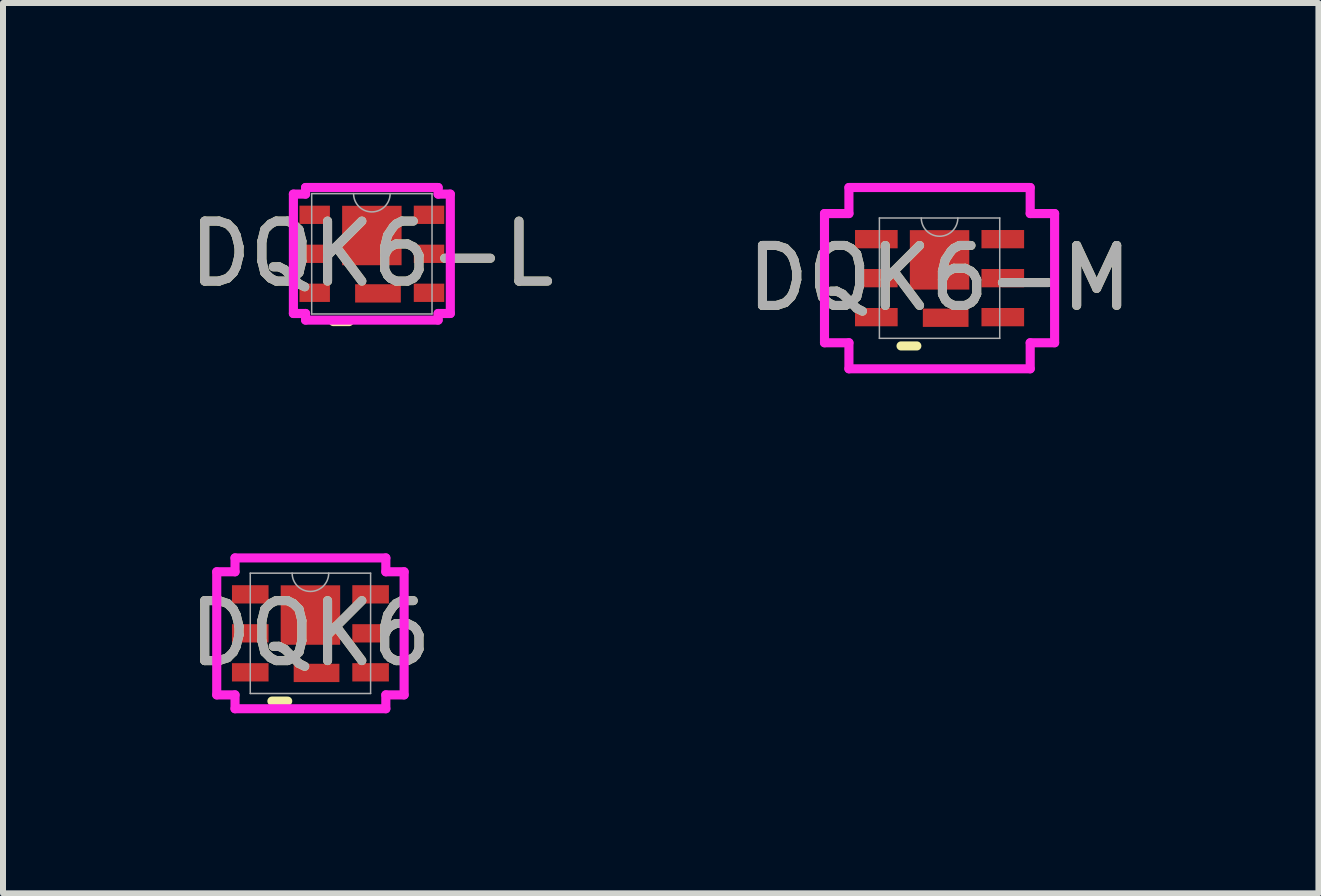
<source format=kicad_pcb>
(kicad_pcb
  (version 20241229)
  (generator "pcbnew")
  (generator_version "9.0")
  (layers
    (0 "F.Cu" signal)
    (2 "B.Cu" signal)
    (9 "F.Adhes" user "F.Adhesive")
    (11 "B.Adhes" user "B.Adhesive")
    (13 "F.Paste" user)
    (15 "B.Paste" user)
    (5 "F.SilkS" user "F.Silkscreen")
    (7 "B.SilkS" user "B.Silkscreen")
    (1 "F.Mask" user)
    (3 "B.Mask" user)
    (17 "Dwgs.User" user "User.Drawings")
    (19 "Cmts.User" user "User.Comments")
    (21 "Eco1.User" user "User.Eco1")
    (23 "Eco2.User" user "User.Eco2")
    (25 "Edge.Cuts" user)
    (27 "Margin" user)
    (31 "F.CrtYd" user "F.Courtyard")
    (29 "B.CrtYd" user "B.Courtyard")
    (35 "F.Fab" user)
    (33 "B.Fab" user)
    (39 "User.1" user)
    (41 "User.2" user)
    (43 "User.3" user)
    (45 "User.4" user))
  (footprint "DQK6-L"
    (layer "F.Cu")
    (at 3.149 1.181)
    (property "Reference" "DQK6-L" (at 0 0 0) (unlocked yes) (layer "F.SilkS") (effects (font (size 1 1) (thickness 0.15))))
    (attr smd)
    (fp_line (start -0.642 1.13) (end -0.379 1.13) (stroke (width 0.152) (type solid)) (layer "F.SilkS"))
    (fp_line (start -1.308 -0.995) (end -1.105 -0.995) (stroke (width 0.152) (type solid)) (layer "F.CrtYd"))
    (fp_line (start -1.308 0.995) (end -1.308 -0.995) (stroke (width 0.152) (type solid)) (layer "F.CrtYd"))
    (fp_line (start -1.308 0.995) (end -1.105 0.995) (stroke (width 0.152) (type solid)) (layer "F.CrtYd"))
    (fp_line (start -1.105 -1.105) (end 1.105 -1.105) (stroke (width 0.152) (type solid)) (layer "F.CrtYd"))
    (fp_line (start -1.105 -0.995) (end -1.105 -1.105) (stroke (width 0.152) (type solid)) (layer "F.CrtYd"))
    (fp_line (start -1.105 1.105) (end -1.105 0.995) (stroke (width 0.152) (type solid)) (layer "F.CrtYd"))
    (fp_line (start 1.105 -1.105) (end 1.105 -0.995) (stroke (width 0.152) (type solid)) (layer "F.CrtYd"))
    (fp_line (start 1.105 0.995) (end 1.105 1.105) (stroke (width 0.152) (type solid)) (layer "F.CrtYd"))
    (fp_line (start 1.105 1.105) (end -1.105 1.105) (stroke (width 0.152) (type solid)) (layer "F.CrtYd"))
    (fp_line (start 1.308 -0.995) (end 1.105 -0.995) (stroke (width 0.152) (type solid)) (layer "F.CrtYd"))
    (fp_line (start 1.308 -0.995) (end 1.308 0.995) (stroke (width 0.152) (type solid)) (layer "F.CrtYd"))
    (fp_line (start 1.308 0.995) (end 1.105 0.995) (stroke (width 0.152) (type solid)) (layer "F.CrtYd"))
    (fp_line (start -1.003 -1.003) (end -1.003 1.003) (stroke (width 0.025) (type solid)) (layer "F.Fab"))
    (fp_line (start -1.003 1.003) (end 1.003 1.003) (stroke (width 0.025) (type solid)) (layer "F.Fab"))
    (fp_line (start 1.003 -1.003) (end -1.003 -1.003) (stroke (width 0.025) (type solid)) (layer "F.Fab"))
    (fp_line (start 1.003 1.003) (end 1.003 -1.003) (stroke (width 0.025) (type solid)) (layer "F.Fab"))
    (fp_arc (start 0.3048 -1.0033) (mid 0 -0.6985) (end -0.3048 -1.0033) (stroke (width 0.0254) (type solid)) (layer "F.Fab"))
    (fp_text user "${REFERENCE}" (at 0 0 0) (unlocked yes) (layer "F.Fab") (effects (font (size 1 1) (thickness 0.15))))
    (pad "1" smd rect (at -0.953 -0.65) (size 0.508 0.305) (layers "F.Cu" "F.Mask" "F.Paste"))
    (pad "2" smd rect (at -0.953 0) (size 0.508 0.305) (layers "F.Cu" "F.Mask" "F.Paste"))
    (pad "3" smd rect (at -0.953 0.65) (size 0.508 0.305) (layers "F.Cu" "F.Mask" "F.Paste"))
    (pad "4" smd rect (at 0.953 0.65) (size 0.508 0.305) (layers "F.Cu" "F.Mask" "F.Paste"))
    (pad "5" smd rect (at 0.953 0) (size 0.508 0.305) (layers "F.Cu" "F.Mask" "F.Paste"))
    (pad "6" smd rect (at 0.953 -0.65) (size 0.508 0.305) (layers "F.Cu" "F.Mask" "F.Paste"))
    (pad "7" smd rect (at 0 -0.305) (size 0.991 0.991) (layers "F.Cu" "F.Mask" "F.Paste"))
    (pad "8" smd rect (at 0.102 0.66) (size 0.762 0.305) (layers "F.Cu" "F.Mask")))
  (footprint "DQK6"
    (layer "F.Cu")
    (at 2.125 7.508)
    (property "Reference" "DQK6" (at 0 0 0) (unlocked yes) (layer "F.SilkS") (effects (font (size 1 1) (thickness 0.15))))
    (attr smd)
    (fp_line (start -0.642 1.13) (end -0.379 1.13) (stroke (width 0.152) (type solid)) (layer "F.SilkS"))
    (fp_poly (pts (xy -0.495 -0.8) (xy -0.495 0.191) (xy 0.495 0.191) (xy 0.495 -0.8)) (stroke (width 0) (type solid)) (fill yes) (layer "F.Paste"))
    (fp_poly (pts (xy -0.279 0.508) (xy -0.279 0.813) (xy 0.483 0.813) (xy 0.483 0.508)) (stroke (width 0) (type solid)) (fill yes) (layer "F.Paste"))
    (fp_poly (pts (xy -0.279 0.508) (xy -0.279 0.813) (xy 0.483 0.813) (xy 0.483 0.508)) (stroke (width 0) (type solid)) (fill yes) (layer "F.Paste"))
    (fp_line (start -1.562 -1.026) (end -1.257 -1.026) (stroke (width 0.152) (type solid)) (layer "F.CrtYd"))
    (fp_line (start -1.562 1.026) (end -1.562 -1.026) (stroke (width 0.152) (type solid)) (layer "F.CrtYd"))
    (fp_line (start -1.562 1.026) (end -1.257 1.026) (stroke (width 0.152) (type solid)) (layer "F.CrtYd"))
    (fp_line (start -1.257 -1.257) (end 1.257 -1.257) (stroke (width 0.152) (type solid)) (layer "F.CrtYd"))
    (fp_line (start -1.257 -1.026) (end -1.257 -1.257) (stroke (width 0.152) (type solid)) (layer "F.CrtYd"))
    (fp_line (start -1.257 1.257) (end -1.257 1.026) (stroke (width 0.152) (type solid)) (layer "F.CrtYd"))
    (fp_line (start 1.257 -1.257) (end 1.257 -1.026) (stroke (width 0.152) (type solid)) (layer "F.CrtYd"))
    (fp_line (start 1.257 1.026) (end 1.257 1.257) (stroke (width 0.152) (type solid)) (layer "F.CrtYd"))
    (fp_line (start 1.257 1.257) (end -1.257 1.257) (stroke (width 0.152) (type solid)) (layer "F.CrtYd"))
    (fp_line (start 1.562 -1.026) (end 1.257 -1.026) (stroke (width 0.152) (type solid)) (layer "F.CrtYd"))
    (fp_line (start 1.562 -1.026) (end 1.562 1.026) (stroke (width 0.152) (type solid)) (layer "F.CrtYd"))
    (fp_line (start 1.562 1.026) (end 1.257 1.026) (stroke (width 0.152) (type solid)) (layer "F.CrtYd"))
    (fp_line (start -1.003 -1.003) (end -1.003 1.003) (stroke (width 0.025) (type solid)) (layer "F.Fab"))
    (fp_line (start -1.003 1.003) (end 1.003 1.003) (stroke (width 0.025) (type solid)) (layer "F.Fab"))
    (fp_line (start 1.003 -1.003) (end -1.003 -1.003) (stroke (width 0.025) (type solid)) (layer "F.Fab"))
    (fp_line (start 1.003 1.003) (end 1.003 -1.003) (stroke (width 0.025) (type solid)) (layer "F.Fab"))
    (fp_arc (start 0.3048 -1.0033) (mid 0 -0.6985) (end -0.3048 -1.0033) (stroke (width 0.0254) (type solid)) (layer "F.Fab"))
    (fp_text user "${REFERENCE}" (at 0 0 0) (unlocked yes) (layer "F.Fab") (effects (font (size 1 1) (thickness 0.15))))
    (pad "1" smd rect (at -1.003 -0.65) (size 0.61 0.305) (layers "F.Cu" "F.Mask" "F.Paste"))
    (pad "2" smd rect (at -1.003 0) (size 0.61 0.305) (layers "F.Cu" "F.Mask" "F.Paste"))
    (pad "3" smd rect (at -1.003 0.65) (size 0.61 0.305) (layers "F.Cu" "F.Mask" "F.Paste"))
    (pad "4" smd rect (at 1.003 0.65) (size 0.61 0.305) (layers "F.Cu" "F.Mask" "F.Paste"))
    (pad "5" smd rect (at 1.003 0) (size 0.61 0.305) (layers "F.Cu" "F.Mask" "F.Paste"))
    (pad "6" smd rect (at 1.003 -0.65) (size 0.61 0.305) (layers "F.Cu" "F.Mask" "F.Paste"))
    (pad "7" smd rect (at 0 -0.305) (size 0.991 0.991) (layers "F.Cu" "F.Mask" "F.Paste"))
    (pad "8" smd rect (at 0.102 0.66) (size 0.762 0.305) (layers "F.Cu" "F.Mask")))
  (footprint "DQK6-M"
    (layer "F.Cu")
    (at 12.613 1.587)
    (property "Reference" "DQK6-M" (at 0 0 0) (unlocked yes) (layer "F.SilkS") (effects (font (size 1 1) (thickness 0.15))))
    (attr smd)
    (fp_line (start -0.642 1.13) (end -0.379 1.13) (stroke (width 0.152) (type solid)) (layer "F.SilkS"))
    (fp_line (start -1.918 -1.077) (end -1.511 -1.077) (stroke (width 0.152) (type solid)) (layer "F.CrtYd"))
    (fp_line (start -1.918 1.077) (end -1.918 -1.077) (stroke (width 0.152) (type solid)) (layer "F.CrtYd"))
    (fp_line (start -1.918 1.077) (end -1.511 1.077) (stroke (width 0.152) (type solid)) (layer "F.CrtYd"))
    (fp_line (start -1.511 -1.511) (end 1.511 -1.511) (stroke (width 0.152) (type solid)) (layer "F.CrtYd"))
    (fp_line (start -1.511 -1.077) (end -1.511 -1.511) (stroke (width 0.152) (type solid)) (layer "F.CrtYd"))
    (fp_line (start -1.511 1.511) (end -1.511 1.077) (stroke (width 0.152) (type solid)) (layer "F.CrtYd"))
    (fp_line (start 1.511 -1.511) (end 1.511 -1.077) (stroke (width 0.152) (type solid)) (layer "F.CrtYd"))
    (fp_line (start 1.511 1.077) (end 1.511 1.511) (stroke (width 0.152) (type solid)) (layer "F.CrtYd"))
    (fp_line (start 1.511 1.511) (end -1.511 1.511) (stroke (width 0.152) (type solid)) (layer "F.CrtYd"))
    (fp_line (start 1.918 -1.077) (end 1.511 -1.077) (stroke (width 0.152) (type solid)) (layer "F.CrtYd"))
    (fp_line (start 1.918 -1.077) (end 1.918 1.077) (stroke (width 0.152) (type solid)) (layer "F.CrtYd"))
    (fp_line (start 1.918 1.077) (end 1.511 1.077) (stroke (width 0.152) (type solid)) (layer "F.CrtYd"))
    (fp_line (start -1.003 -1.003) (end -1.003 1.003) (stroke (width 0.025) (type solid)) (layer "F.Fab"))
    (fp_line (start -1.003 1.003) (end 1.003 1.003) (stroke (width 0.025) (type solid)) (layer "F.Fab"))
    (fp_line (start 1.003 -1.003) (end -1.003 -1.003) (stroke (width 0.025) (type solid)) (layer "F.Fab"))
    (fp_line (start 1.003 1.003) (end 1.003 -1.003) (stroke (width 0.025) (type solid)) (layer "F.Fab"))
    (fp_arc (start 0.3048 -1.0033) (mid 0 -0.6985) (end -0.3048 -1.0033) (stroke (width 0.0254) (type solid)) (layer "F.Fab"))
    (fp_text user "${REFERENCE}" (at 0 0 0) (unlocked yes) (layer "F.Fab") (effects (font (size 1 1) (thickness 0.15))))
    (pad "1" smd rect (at -1.054 -0.65) (size 0.711 0.305) (layers "F.Cu" "F.Mask" "F.Paste"))
    (pad "2" smd rect (at -1.054 0) (size 0.711 0.305) (layers "F.Cu" "F.Mask" "F.Paste"))
    (pad "3" smd rect (at -1.054 0.65) (size 0.711 0.305) (layers "F.Cu" "F.Mask" "F.Paste"))
    (pad "4" smd rect (at 1.054 0.65) (size 0.711 0.305) (layers "F.Cu" "F.Mask" "F.Paste"))
    (pad "5" smd rect (at 1.054 0) (size 0.711 0.305) (layers "F.Cu" "F.Mask" "F.Paste"))
    (pad "6" smd rect (at 1.054 -0.65) (size 0.711 0.305) (layers "F.Cu" "F.Mask" "F.Paste"))
    (pad "7" smd rect (at 0 -0.305) (size 0.991 0.991) (layers "F.Cu" "F.Mask" "F.Paste"))
    (pad "8" smd rect (at 0.102 0.66) (size 0.762 0.305) (layers "F.Cu" "F.Mask")))
  (gr_rect
    (start -3 -3)
    (end 18.929 11.842)
    (stroke (width 0.1) (type default))
    (fill no)
    (layer "Edge.Cuts")))
</source>
